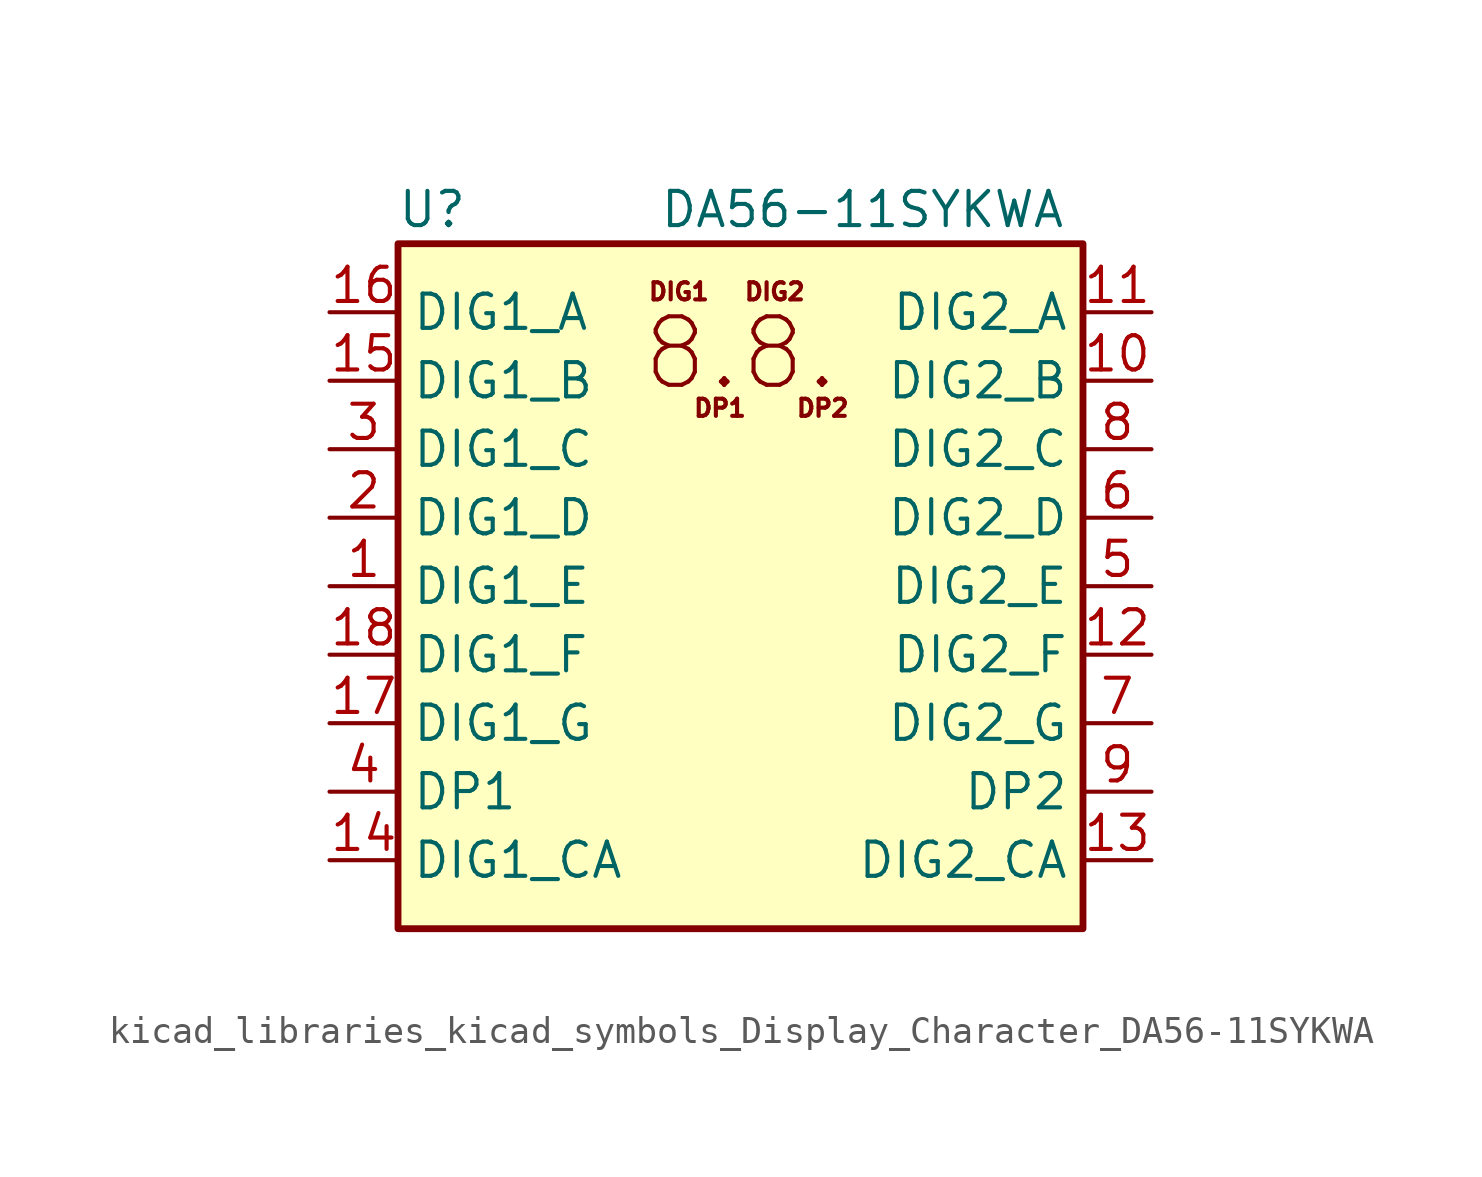
<source format=kicad_sym>
(kicad_symbol_lib
  (version 20220914)
  (generator kicad_symbol_editor)
  (symbol "kicad_libraries_kicad_symbols_Display_Character_DA56-11SYKWA"
    (property "Reference" "U"
      (at -11.43 13.97 0)
      (effects (font (size 1.27 1.27))))
    (property "Value" "DA56-11SYKWA"
      (at 12.065 13.97 0)
      (effects (font (size 1.27 1.27)) (justify right)))
    (symbol "kicad_libraries_kicad_symbols_Display_Character_DA56-11SYKWA_0_0"
      (text "8.8." (at 0 8.636 0) (effects (font (size 2.54 2.54))))
      (text "DIG1" (at -2.286 10.922 0) (effects (font (size 0.635 0.635))))
      (text "DIG2" (at 1.27 10.922 0) (effects (font (size 0.635 0.635))))
      (text "DP1" (at -0.762 6.604 0) (effects (font (size 0.635 0.635))))
      (text "DP2" (at 3.048 6.604 0) (effects (font (size 0.635 0.635)))))
    (symbol "kicad_libraries_kicad_symbols_Display_Character_DA56-11SYKWA_0_1"
      (rectangle (start -12.7 12.7) (end 12.7 -12.7) (stroke (width 0.254) (type default)) (fill (type background))))
    (symbol "kicad_libraries_kicad_symbols_Display_Character_DA56-11SYKWA_1_1"
      (pin input line (at -15.24 0 0) (length 2.54) (name "DIG1_E" (effects (font (size 1.27 1.27)))) (number "1" (effects (font (size 1.27 1.27)))))
      (pin input line (at 15.24 7.62 180) (length 2.54) (name "DIG2_B" (effects (font (size 1.27 1.27)))) (number "10" (effects (font (size 1.27 1.27)))))
      (pin input line (at 15.24 10.16 180) (length 2.54) (name "DIG2_A" (effects (font (size 1.27 1.27)))) (number "11" (effects (font (size 1.27 1.27)))))
      (pin input line (at 15.24 -2.54 180) (length 2.54) (name "DIG2_F" (effects (font (size 1.27 1.27)))) (number "12" (effects (font (size 1.27 1.27)))))
      (pin input line (at 15.24 -10.16 180) (length 2.54) (name "DIG2_CA" (effects (font (size 1.27 1.27)))) (number "13" (effects (font (size 1.27 1.27)))))
      (pin input line (at -15.24 -10.16 0) (length 2.54) (name "DIG1_CA" (effects (font (size 1.27 1.27)))) (number "14" (effects (font (size 1.27 1.27)))))
      (pin input line (at -15.24 7.62 0) (length 2.54) (name "DIG1_B" (effects (font (size 1.27 1.27)))) (number "15" (effects (font (size 1.27 1.27)))))
      (pin input line (at -15.24 10.16 0) (length 2.54) (name "DIG1_A" (effects (font (size 1.27 1.27)))) (number "16" (effects (font (size 1.27 1.27)))))
      (pin input line (at -15.24 -5.08 0) (length 2.54) (name "DIG1_G" (effects (font (size 1.27 1.27)))) (number "17" (effects (font (size 1.27 1.27)))))
      (pin input line (at -15.24 -2.54 0) (length 2.54) (name "DIG1_F" (effects (font (size 1.27 1.27)))) (number "18" (effects (font (size 1.27 1.27)))))
      (pin input line (at -15.24 2.54 0) (length 2.54) (name "DIG1_D" (effects (font (size 1.27 1.27)))) (number "2" (effects (font (size 1.27 1.27)))))
      (pin input line (at -15.24 5.08 0) (length 2.54) (name "DIG1_C" (effects (font (size 1.27 1.27)))) (number "3" (effects (font (size 1.27 1.27)))))
      (pin input line (at -15.24 -7.62 0) (length 2.54) (name "DP1" (effects (font (size 1.27 1.27)))) (number "4" (effects (font (size 1.27 1.27)))))
      (pin input line (at 15.24 0 180) (length 2.54) (name "DIG2_E" (effects (font (size 1.27 1.27)))) (number "5" (effects (font (size 1.27 1.27)))))
      (pin input line (at 15.24 2.54 180) (length 2.54) (name "DIG2_D" (effects (font (size 1.27 1.27)))) (number "6" (effects (font (size 1.27 1.27)))))
      (pin input line (at 15.24 -5.08 180) (length 2.54) (name "DIG2_G" (effects (font (size 1.27 1.27)))) (number "7" (effects (font (size 1.27 1.27)))))
      (pin input line (at 15.24 5.08 180) (length 2.54) (name "DIG2_C" (effects (font (size 1.27 1.27)))) (number "8" (effects (font (size 1.27 1.27)))))
      (pin input line (at 15.24 -7.62 180) (length 2.54) (name "DP2" (effects (font (size 1.27 1.27)))) (number "9" (effects (font (size 1.27 1.27))))))))
</source>
